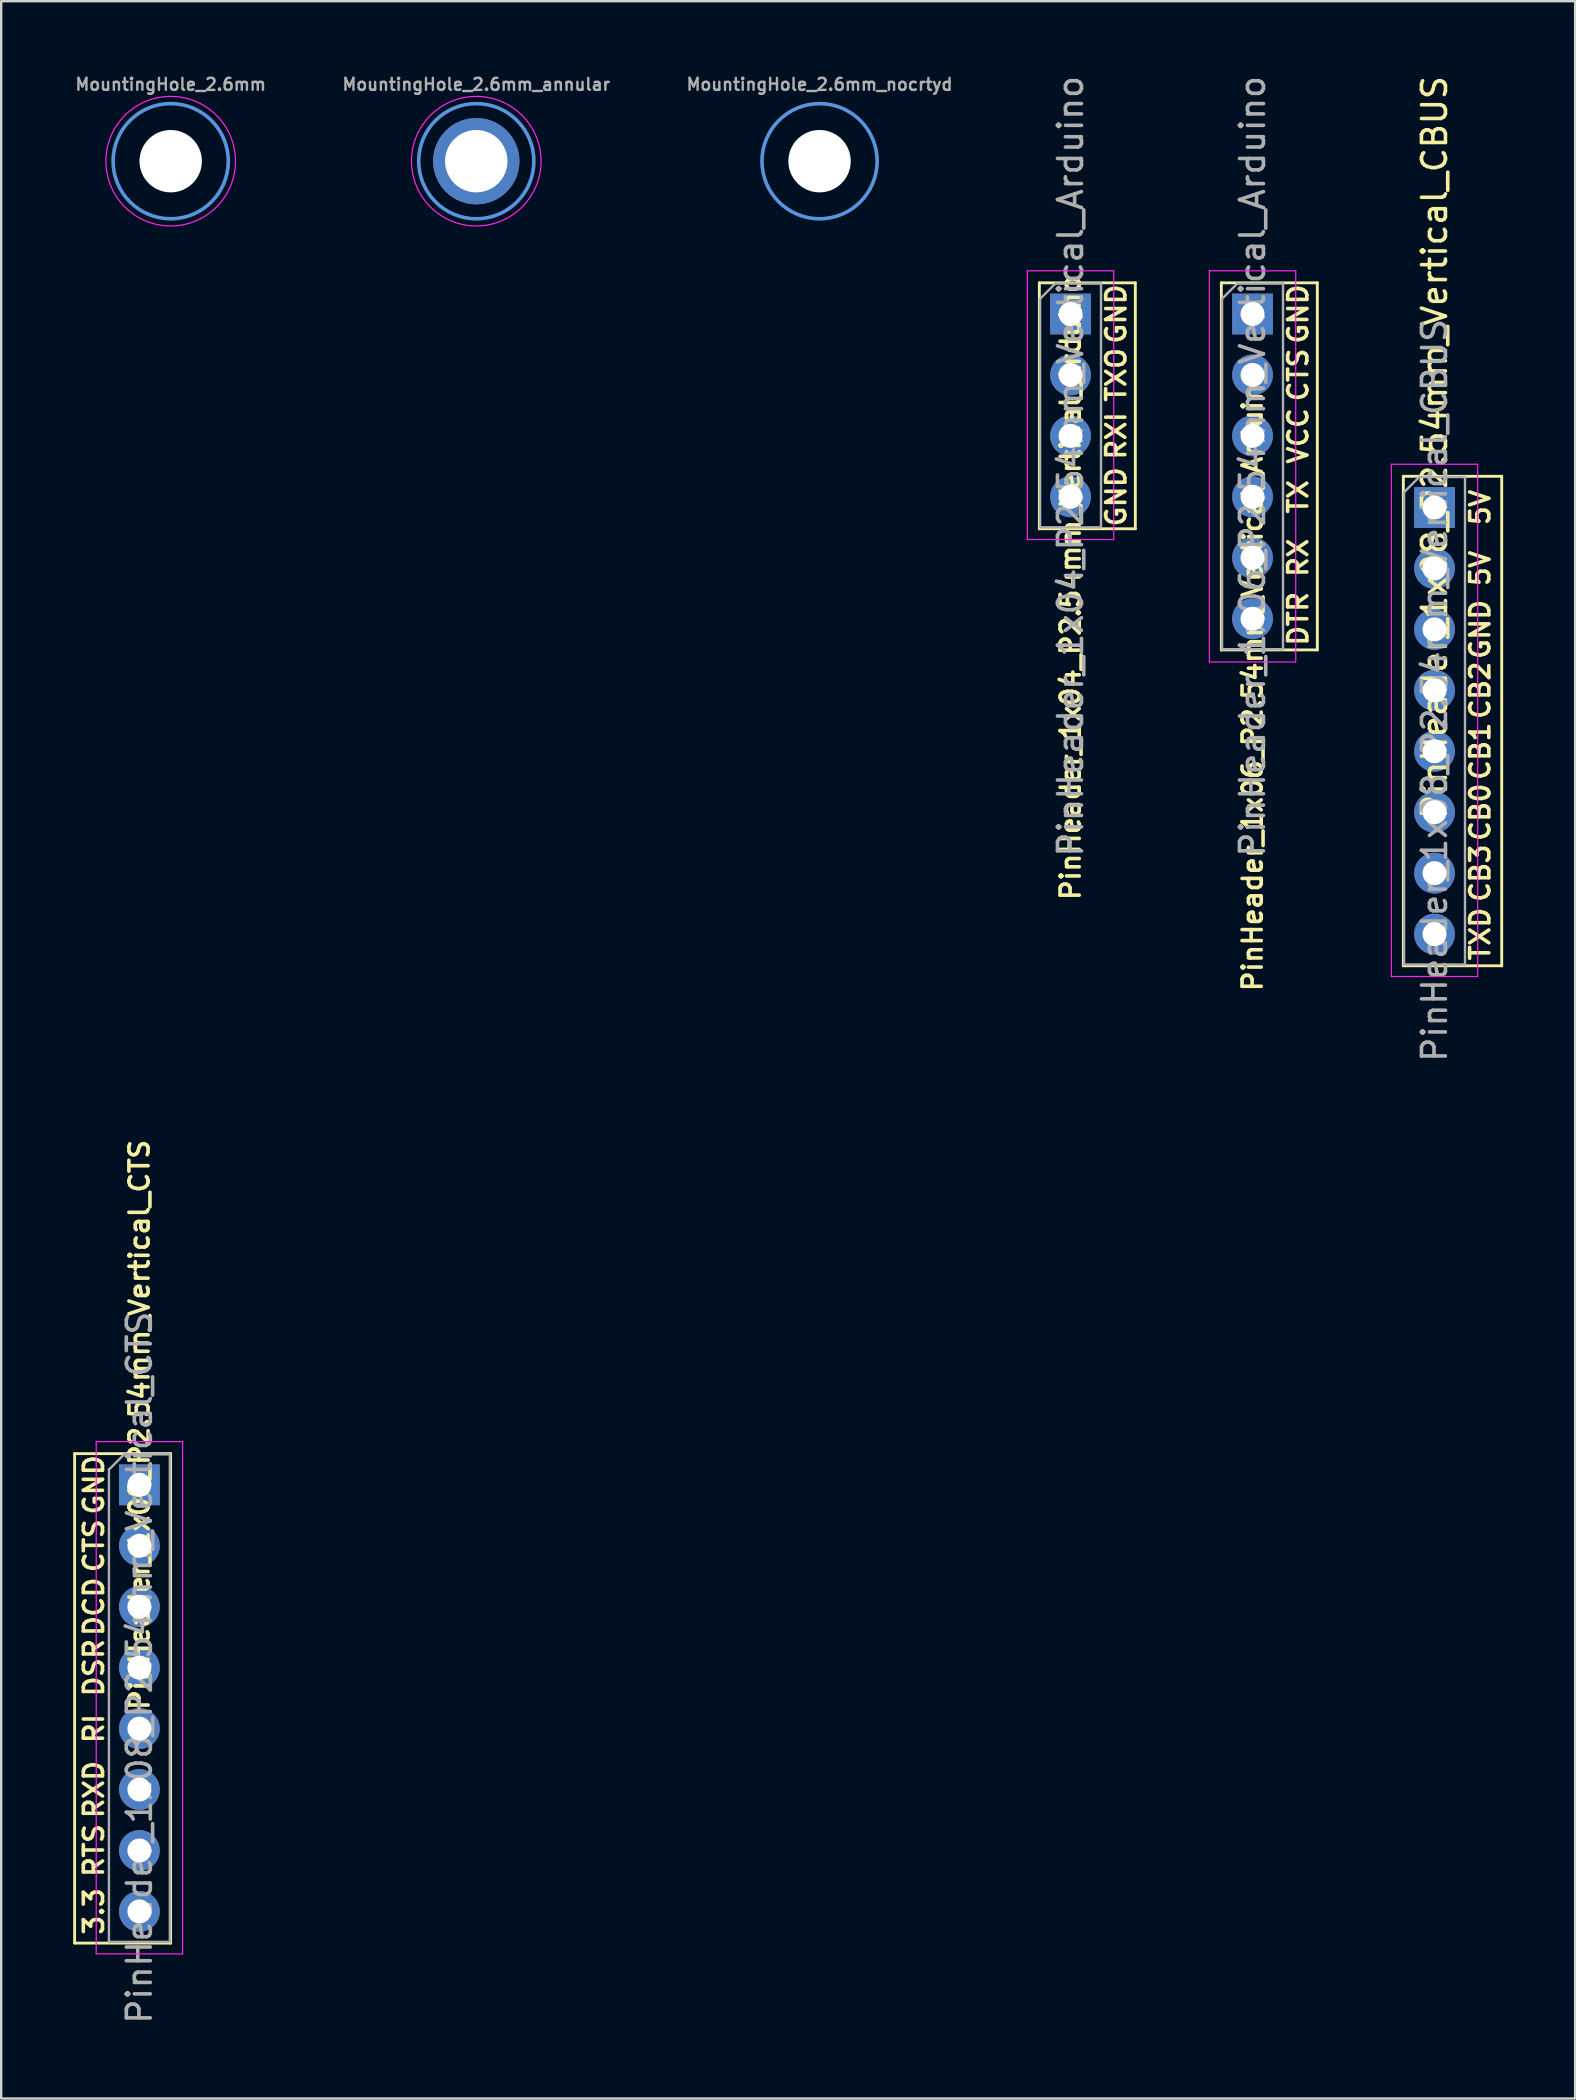
<source format=kicad_pcb>
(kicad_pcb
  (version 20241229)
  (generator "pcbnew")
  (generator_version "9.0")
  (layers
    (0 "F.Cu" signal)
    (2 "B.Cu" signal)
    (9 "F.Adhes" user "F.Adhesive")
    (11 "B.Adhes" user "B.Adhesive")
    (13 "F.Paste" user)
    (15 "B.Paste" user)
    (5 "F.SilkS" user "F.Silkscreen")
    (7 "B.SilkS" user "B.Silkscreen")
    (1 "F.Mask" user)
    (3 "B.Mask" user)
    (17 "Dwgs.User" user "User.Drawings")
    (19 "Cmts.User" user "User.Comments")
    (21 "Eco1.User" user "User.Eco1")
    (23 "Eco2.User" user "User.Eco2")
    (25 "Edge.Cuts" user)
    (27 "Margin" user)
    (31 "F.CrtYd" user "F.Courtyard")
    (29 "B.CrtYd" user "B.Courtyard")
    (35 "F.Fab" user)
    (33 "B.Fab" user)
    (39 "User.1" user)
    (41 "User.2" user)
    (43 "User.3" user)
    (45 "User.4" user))
  (footprint "MountingHole_2.6mm"
    (layer "F.Cu")
    (at 4.064 3.668)
    (property "Reference" "MountingHole_2.6mm" (at 0 -3.2 0) (layer "F.Fab") (effects (font (size 0.5 0.5) (thickness 0.1))))
    (attr exclude_from_pos_files exclude_from_bom)
    (fp_circle (center 0 0) (end 2.4 0) (stroke (width 0.15) (type solid)) (fill no) (layer "Cmts.User"))
    (fp_circle (center 0 0) (end 2.7 0) (stroke (width 0.05) (type solid)) (fill no) (layer "F.CrtYd"))
    (pad "" np_thru_hole circle (at 0 0) (size 2.6 2.6) (drill 2.6) (layers "*.Cu" "*.Mask")))
  (footprint "MountingHole_2.6mm_nocrtyd"
    (layer "F.Cu")
    (at 31.107 3.668)
    (property "Reference" "MountingHole_2.6mm_nocrtyd" (at 0 -3.2 0) (layer "F.Fab") (effects (font (size 0.5 0.5) (thickness 0.1))))
    (attr exclude_from_pos_files exclude_from_bom)
    (fp_circle (center 0 0) (end 2.4 0) (stroke (width 0.15) (type solid)) (fill no) (layer "Cmts.User"))
    (pad "" np_thru_hole circle (at 0 0) (size 2.6 2.6) (drill 2.6) (layers "*.Cu" "*.Mask")))
  (footprint "PinHeader_1x06_P2.54mm_Vertical_Arduino"
    (layer "F.Cu")
    (at 49.153 10.037)
    (property "Reference" "PinHeader_1x06_P2.54mm_Vertical_Arduino" (at 0 15.2 90) (layer "F.SilkS") (effects (font (size 0.8 0.8) (thickness 0.15))))
    (attr through_hole)
    (fp_line (start -1.3 -1.3) (end 2.7 -1.3) (stroke (width 0.12) (type solid)) (layer "F.SilkS"))
    (fp_line (start -1.3 14) (end -1.3 -1.3) (stroke (width 0.12) (type solid)) (layer "F.SilkS"))
    (fp_line (start 2.7 -1.3) (end 2.7 14) (stroke (width 0.12) (type solid)) (layer "F.SilkS"))
    (fp_line (start 2.7 14) (end -1.3 14) (stroke (width 0.12) (type solid)) (layer "F.SilkS"))
    (fp_line (start -1.8 -1.8) (end -1.8 14.5) (stroke (width 0.05) (type solid)) (layer "F.CrtYd"))
    (fp_line (start -1.8 14.5) (end 1.8 14.5) (stroke (width 0.05) (type solid)) (layer "F.CrtYd"))
    (fp_line (start 1.8 -1.8) (end -1.8 -1.8) (stroke (width 0.05) (type solid)) (layer "F.CrtYd"))
    (fp_line (start 1.8 14.5) (end 1.8 -1.8) (stroke (width 0.05) (type solid)) (layer "F.CrtYd"))
    (fp_line (start -1.27 -0.635) (end -0.635 -1.27) (stroke (width 0.1) (type solid)) (layer "F.Fab"))
    (fp_line (start -1.27 13.97) (end -1.27 -0.635) (stroke (width 0.1) (type solid)) (layer "F.Fab"))
    (fp_line (start -0.635 -1.27) (end 1.27 -1.27) (stroke (width 0.1) (type solid)) (layer "F.Fab"))
    (fp_line (start 1.27 -1.27) (end 1.27 13.97) (stroke (width 0.1) (type solid)) (layer "F.Fab"))
    (fp_line (start 1.27 13.97) (end -1.27 13.97) (stroke (width 0.1) (type solid)) (layer "F.Fab"))
    (fp_text user "DTR" (at 1.9 12.7 90) (unlocked yes) (layer "F.SilkS") (effects (font (size 0.8 0.8) (thickness 0.15))))
    (fp_text user "VCC" (at 1.9 5.08 90) (unlocked yes) (layer "F.SilkS") (effects (font (size 0.8 0.8) (thickness 0.15))))
    (fp_text user "CTS" (at 1.9 2.54 90) (unlocked yes) (layer "F.SilkS") (effects (font (size 0.8 0.8) (thickness 0.15))))
    (fp_text user "RX" (at 1.9 10.16 90) (unlocked yes) (layer "F.SilkS") (effects (font (size 0.8 0.8) (thickness 0.15))))
    (fp_text user "TX" (at 1.9 7.62 90) (unlocked yes) (layer "F.SilkS") (effects (font (size 0.8 0.8) (thickness 0.15))))
    (fp_text user "GND" (at 1.9 0 90) (unlocked yes) (layer "F.SilkS") (effects (font (size 0.8 0.8) (thickness 0.15))))
    (fp_text user "${REFERENCE}" (at 0 6.35 90) (layer "F.Fab") (effects (font (size 1 1) (thickness 0.15))))
    (pad "1" thru_hole rect (at 0 0) (size 1.7 1.7) (drill 1) (layers "*.Cu" "*.Mask"))
    (pad "2" thru_hole oval (at 0 2.54) (size 1.7 1.7) (drill 1) (layers "*.Cu" "*.Mask"))
    (pad "3" thru_hole oval (at 0 5.08) (size 1.7 1.7) (drill 1) (layers "*.Cu" "*.Mask"))
    (pad "4" thru_hole oval (at 0 7.62) (size 1.7 1.7) (drill 1) (layers "*.Cu" "*.Mask"))
    (pad "5" thru_hole oval (at 0 10.16) (size 1.7 1.7) (drill 1) (layers "*.Cu" "*.Mask"))
    (pad "6" thru_hole oval (at 0 12.7) (size 1.7 1.7) (drill 1) (layers "*.Cu" "*.Mask")))
  (footprint "PinHeader_1x08_P2.54mm_Vertical_CTS"
    (layer "F.Cu")
    (at 2.76 58.834)
    (property "Reference" "PinHeader_1x08_P2.54mm_Vertical_CTS" (at 0 -2.5 90) (layer "F.SilkS") (effects (font (size 0.8 0.8) (thickness 0.15))))
    (attr through_hole)
    (fp_line (start -2.7 19.1) (end -2.7 -1.3) (stroke (width 0.12) (type solid)) (layer "F.SilkS"))
    (fp_line (start 1.3 -1.3) (end -2.7 -1.3) (stroke (width 0.12) (type solid)) (layer "F.SilkS"))
    (fp_line (start 1.3 -1.3) (end 1.3 19.1) (stroke (width 0.12) (type solid)) (layer "F.SilkS"))
    (fp_line (start 1.3 19.1) (end -2.7 19.1) (stroke (width 0.12) (type solid)) (layer "F.SilkS"))
    (fp_line (start -1.8 -1.8) (end -1.8 19.55) (stroke (width 0.05) (type solid)) (layer "F.CrtYd"))
    (fp_line (start -1.8 19.55) (end 1.8 19.55) (stroke (width 0.05) (type solid)) (layer "F.CrtYd"))
    (fp_line (start 1.8 -1.8) (end -1.8 -1.8) (stroke (width 0.05) (type solid)) (layer "F.CrtYd"))
    (fp_line (start 1.8 19.55) (end 1.8 -1.8) (stroke (width 0.05) (type solid)) (layer "F.CrtYd"))
    (fp_line (start -1.27 -0.635) (end -0.635 -1.27) (stroke (width 0.1) (type solid)) (layer "F.Fab"))
    (fp_line (start -1.27 19.05) (end -1.27 -0.635) (stroke (width 0.1) (type solid)) (layer "F.Fab"))
    (fp_line (start -0.635 -1.27) (end 1.27 -1.27) (stroke (width 0.1) (type solid)) (layer "F.Fab"))
    (fp_line (start 1.27 -1.27) (end 1.27 19.05) (stroke (width 0.1) (type solid)) (layer "F.Fab"))
    (fp_line (start 1.27 19.05) (end -1.27 19.05) (stroke (width 0.1) (type solid)) (layer "F.Fab"))
    (fp_text user "CTS" (at -1.9 2.54 90) (layer "F.SilkS") (effects (font (size 0.8 0.8) (thickness 0.15))))
    (fp_text user "GND" (at -1.9 0 90) (layer "F.SilkS") (effects (font (size 0.8 0.8) (thickness 0.15))))
    (fp_text user "DCD" (at -1.9 5.08 90) (layer "F.SilkS") (effects (font (size 0.8 0.8) (thickness 0.15))))
    (fp_text user "DSR" (at -1.9 7.62 90) (layer "F.SilkS") (effects (font (size 0.8 0.8) (thickness 0.15))))
    (fp_text user "RI" (at -1.9 10.16 90) (layer "F.SilkS") (effects (font (size 0.8 0.8) (thickness 0.15))))
    (fp_text user "3.3" (at -1.9 17.78 90) (layer "F.SilkS") (effects (font (size 0.8 0.8) (thickness 0.15))))
    (fp_text user "RXD" (at -1.9 12.7 90) (layer "F.SilkS") (effects (font (size 0.8 0.8) (thickness 0.15))))
    (fp_text user "RTS" (at -1.9 15.24 270) (layer "F.SilkS") (effects (font (size 0.8 0.8) (thickness 0.15))))
    (fp_text user "${REFERENCE}" (at 0 7.62 270) (layer "F.Fab") (effects (font (size 1 1) (thickness 0.15))))
    (pad "1" thru_hole rect (at 0 0) (size 1.7 1.7) (drill 1) (layers "*.Cu" "*.Mask"))
    (pad "2" thru_hole oval (at 0 2.54) (size 1.7 1.7) (drill 1) (layers "*.Cu" "*.Mask"))
    (pad "3" thru_hole oval (at 0 5.08) (size 1.7 1.7) (drill 1) (layers "*.Cu" "*.Mask"))
    (pad "4" thru_hole oval (at 0 7.62) (size 1.7 1.7) (drill 1) (layers "*.Cu" "*.Mask"))
    (pad "5" thru_hole oval (at 0 10.16) (size 1.7 1.7) (drill 1) (layers "*.Cu" "*.Mask"))
    (pad "6" thru_hole oval (at 0 12.7) (size 1.7 1.7) (drill 1) (layers "*.Cu" "*.Mask"))
    (pad "7" thru_hole oval (at 0 15.24) (size 1.7 1.7) (drill 1) (layers "*.Cu" "*.Mask"))
    (pad "8" thru_hole oval (at 0 17.78) (size 1.7 1.7) (drill 1) (layers "*.Cu" "*.Mask")))
  (footprint "PinHeader_1x04_P2.54mm_Vertical_Arduino"
    (layer "F.Cu")
    (at 41.568 10.037)
    (property "Reference" "PinHeader_1x04_P2.54mm_Vertical_Arduino" (at 0 11.4 90) (layer "F.SilkS") (effects (font (size 0.8 0.8) (thickness 0.15))))
    (attr through_hole)
    (fp_line (start -1.3 -1.3) (end 2.7 -1.3) (stroke (width 0.12) (type solid)) (layer "F.SilkS"))
    (fp_line (start -1.3 8.95) (end -1.3 -1.3) (stroke (width 0.12) (type solid)) (layer "F.SilkS"))
    (fp_line (start 2.7 -1.3) (end 2.7 8.95) (stroke (width 0.12) (type solid)) (layer "F.SilkS"))
    (fp_line (start 2.7 8.95) (end -1.3 8.95) (stroke (width 0.12) (type solid)) (layer "F.SilkS"))
    (fp_line (start -1.8 -1.8) (end -1.8 9.4) (stroke (width 0.05) (type solid)) (layer "F.CrtYd"))
    (fp_line (start -1.8 9.4) (end 1.8 9.4) (stroke (width 0.05) (type solid)) (layer "F.CrtYd"))
    (fp_line (start 1.8 -1.8) (end -1.8 -1.8) (stroke (width 0.05) (type solid)) (layer "F.CrtYd"))
    (fp_line (start 1.8 9.4) (end 1.8 -1.8) (stroke (width 0.05) (type solid)) (layer "F.CrtYd"))
    (fp_line (start -1.27 -0.635) (end -0.635 -1.27) (stroke (width 0.1) (type solid)) (layer "F.Fab"))
    (fp_line (start -1.27 8.89) (end -1.27 -0.635) (stroke (width 0.1) (type solid)) (layer "F.Fab"))
    (fp_line (start -0.635 -1.27) (end 1.27 -1.27) (stroke (width 0.1) (type solid)) (layer "F.Fab"))
    (fp_line (start 1.27 -1.27) (end 1.27 8.89) (stroke (width 0.1) (type solid)) (layer "F.Fab"))
    (fp_line (start 1.27 8.89) (end -1.27 8.89) (stroke (width 0.1) (type solid)) (layer "F.Fab"))
    (fp_text user "RXI" (at 1.9 5.08 90) (unlocked yes) (layer "F.SilkS") (effects (font (size 0.8 0.8) (thickness 0.15))))
    (fp_text user "GND" (at 1.9 0 90) (unlocked yes) (layer "F.SilkS") (effects (font (size 0.8 0.8) (thickness 0.15))))
    (fp_text user "TXO" (at 1.9 2.54 90) (unlocked yes) (layer "F.SilkS") (effects (font (size 0.8 0.8) (thickness 0.15))))
    (fp_text user "GND" (at 1.9 7.62 90) (unlocked yes) (layer "F.SilkS") (effects (font (size 0.8 0.8) (thickness 0.15))))
    (fp_text user "${REFERENCE}" (at 0 6.35 90) (layer "F.Fab") (effects (font (size 1 1) (thickness 0.15))))
    (pad "1" thru_hole rect (at 0 0) (size 1.7 1.7) (drill 1) (layers "*.Cu" "*.Mask"))
    (pad "2" thru_hole oval (at 0 2.54) (size 1.7 1.7) (drill 1) (layers "*.Cu" "*.Mask"))
    (pad "3" thru_hole oval (at 0 5.08) (size 1.7 1.7) (drill 1) (layers "*.Cu" "*.Mask"))
    (pad "4" thru_hole oval (at 0 7.62) (size 1.7 1.7) (drill 1) (layers "*.Cu" "*.Mask")))
  (footprint "PinHeader_1x08_P2.54mm_Vertical_CBUS"
    (layer "F.Cu")
    (at 56.738 18.101)
    (property "Reference" "PinHeader_1x08_P2.54mm_Vertical_CBUS" (at 0 -2.5 270) (layer "F.SilkS") (effects (font (size 1 1) (thickness 0.15))))
    (attr through_hole)
    (fp_line (start -1.3 -1.3) (end 2.8 -1.3) (stroke (width 0.12) (type solid)) (layer "F.SilkS"))
    (fp_line (start -1.3 19.1) (end -1.3 -1.3) (stroke (width 0.12) (type solid)) (layer "F.SilkS"))
    (fp_line (start 2.8 -1.3) (end 2.8 19.1) (stroke (width 0.12) (type solid)) (layer "F.SilkS"))
    (fp_line (start 2.8 19.1) (end -1.3 19.1) (stroke (width 0.12) (type solid)) (layer "F.SilkS"))
    (fp_line (start -1.8 -1.8) (end -1.8 19.55) (stroke (width 0.05) (type solid)) (layer "F.CrtYd"))
    (fp_line (start -1.8 19.55) (end 1.8 19.55) (stroke (width 0.05) (type solid)) (layer "F.CrtYd"))
    (fp_line (start 1.8 -1.8) (end -1.8 -1.8) (stroke (width 0.05) (type solid)) (layer "F.CrtYd"))
    (fp_line (start 1.8 19.55) (end 1.8 -1.8) (stroke (width 0.05) (type solid)) (layer "F.CrtYd"))
    (fp_line (start -1.27 -0.635) (end -0.635 -1.27) (stroke (width 0.1) (type solid)) (layer "F.Fab"))
    (fp_line (start -1.27 19.05) (end -1.27 -0.635) (stroke (width 0.1) (type solid)) (layer "F.Fab"))
    (fp_line (start -0.635 -1.27) (end 1.27 -1.27) (stroke (width 0.1) (type solid)) (layer "F.Fab"))
    (fp_line (start 1.27 -1.27) (end 1.27 19.05) (stroke (width 0.1) (type solid)) (layer "F.Fab"))
    (fp_line (start 1.27 19.05) (end -1.27 19.05) (stroke (width 0.1) (type solid)) (layer "F.Fab"))
    (fp_text user "CB1" (at 1.9 10.16 270) (layer "F.SilkS") (effects (font (size 0.8 0.8) (thickness 0.15))))
    (fp_text user "CB0" (at 1.9 12.7 270) (layer "F.SilkS") (effects (font (size 0.8 0.8) (thickness 0.15))))
    (fp_text user "5V" (at 1.9 2.54 270) (layer "F.SilkS") (effects (font (size 0.8 0.8) (thickness 0.15))))
    (fp_text user "TXD" (at 1.9 17.78 270) (layer "F.SilkS") (effects (font (size 0.8 0.8) (thickness 0.15))))
    (fp_text user "5V" (at 1.9 0 270) (layer "F.SilkS") (effects (font (size 0.8 0.8) (thickness 0.15))))
    (fp_text user "CB3" (at 1.9 15.24 270) (layer "F.SilkS") (effects (font (size 0.8 0.8) (thickness 0.15))))
    (fp_text user "CB2" (at 1.9 7.62 270) (layer "F.SilkS") (effects (font (size 0.8 0.8) (thickness 0.15))))
    (fp_text user "GND" (at 1.9 5.08 270) (layer "F.SilkS") (effects (font (size 0.8 0.8) (thickness 0.15))))
    (fp_text user "${REFERENCE}" (at 0 7.62 270) (layer "F.Fab") (effects (font (size 1 1) (thickness 0.15))))
    (pad "1" thru_hole rect (at 0 0) (size 1.7 1.7) (drill 1) (layers "*.Cu" "*.Mask"))
    (pad "2" thru_hole oval (at 0 2.54) (size 1.7 1.7) (drill 1) (layers "*.Cu" "*.Mask"))
    (pad "3" thru_hole oval (at 0 5.08) (size 1.7 1.7) (drill 1) (layers "*.Cu" "*.Mask"))
    (pad "4" thru_hole oval (at 0 7.62) (size 1.7 1.7) (drill 1) (layers "*.Cu" "*.Mask"))
    (pad "5" thru_hole oval (at 0 10.16) (size 1.7 1.7) (drill 1) (layers "*.Cu" "*.Mask"))
    (pad "6" thru_hole oval (at 0 12.7) (size 1.7 1.7) (drill 1) (layers "*.Cu" "*.Mask"))
    (pad "7" thru_hole oval (at 0 15.24) (size 1.7 1.7) (drill 1) (layers "*.Cu" "*.Mask"))
    (pad "8" thru_hole oval (at 0 17.78) (size 1.7 1.7) (drill 1) (layers "*.Cu" "*.Mask")))
  (footprint "MountingHole_2.6mm_annular"
    (layer "F.Cu")
    (at 16.8 3.668)
    (property "Reference" "MountingHole_2.6mm_annular" (at 0 -3.2 0) (layer "F.Fab") (effects (font (size 0.5 0.5) (thickness 0.1))))
    (attr exclude_from_pos_files exclude_from_bom)
    (fp_circle (center 0 0) (end 2.4 0) (stroke (width 0.15) (type solid)) (fill no) (layer "Cmts.User"))
    (fp_circle (center 0 0) (end 2.7 0) (stroke (width 0.05) (type solid)) (fill no) (layer "F.CrtYd"))
    (pad "" thru_hole circle (at 0 0) (size 3.6 3.6) (drill 2.6) (layers "*.Cu" "*.Mask")))
  (gr_rect
    (start -3 -3)
    (end 62.598 84.412)
    (stroke (width 0.1) (type default))
    (fill no)
    (layer "Edge.Cuts")))
</source>
